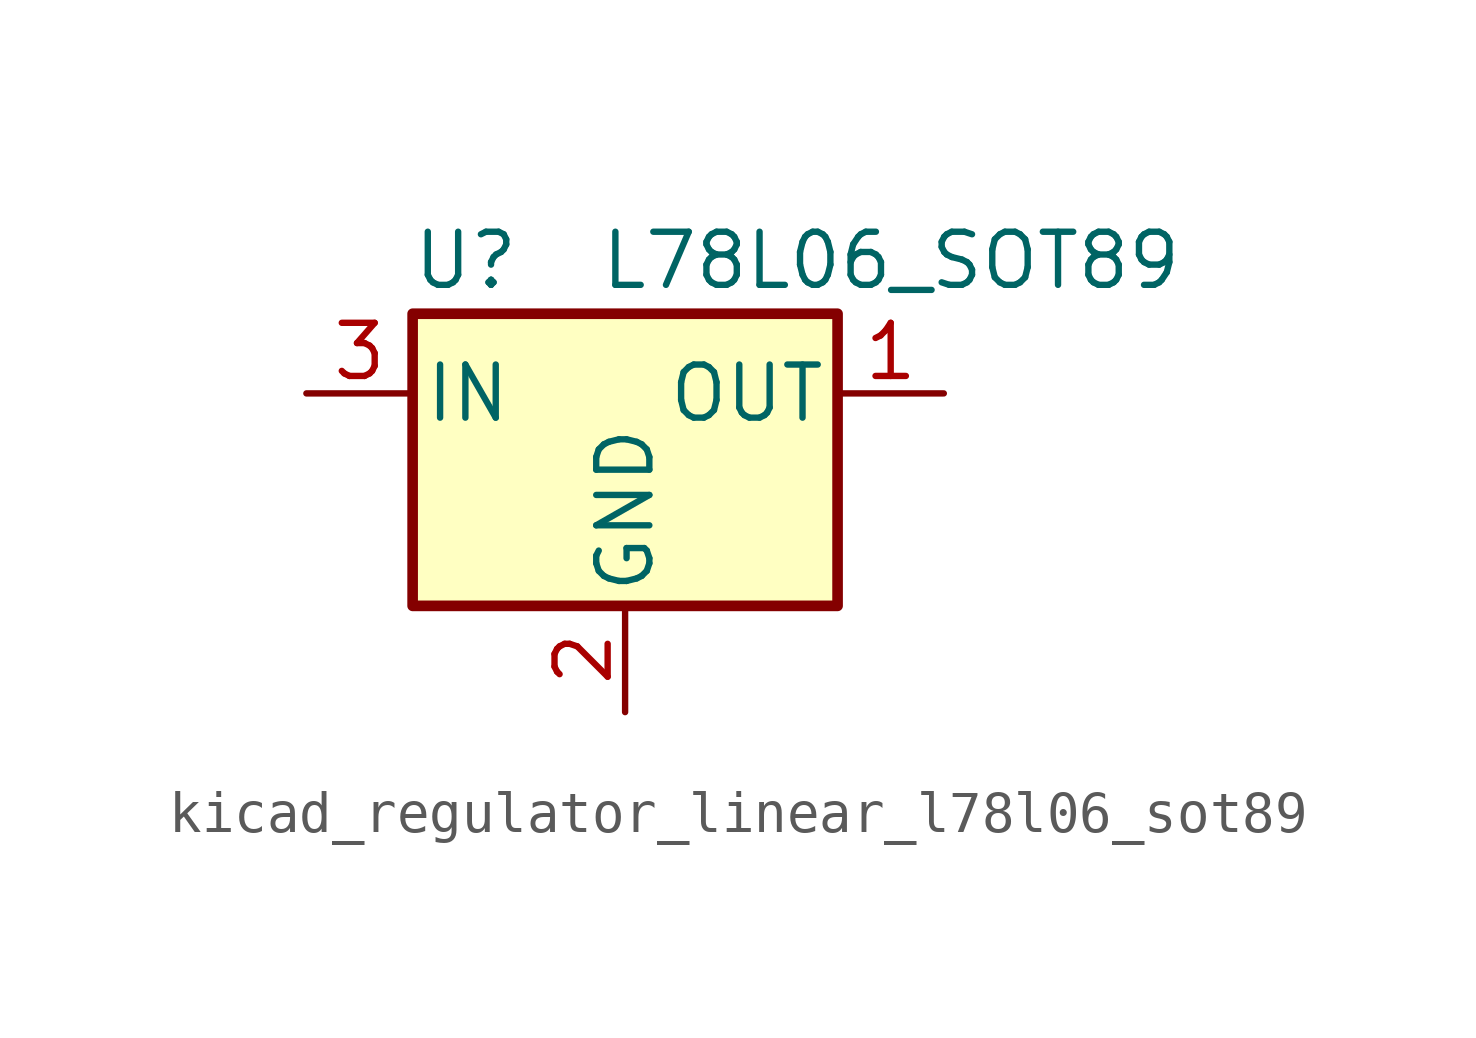
<source format=kicad_sym>
(kicad_symbol_lib
  (version 20220914)
  (generator kicad_symbol_editor)
  (symbol "kicad_regulator_linear_l78l06_sot89"
    (pin_names
      (offset 0.254))
    (property "Reference" "U"
      (at -3.81 3.175 0)
      (effects (font (size 1.27 1.27))))
    (property "Value" "L78L06_SOT89"
      (at -0.635 3.175 0)
      (effects (font (size 1.27 1.27)) (justify left)))
    (symbol "kicad_regulator_linear_l78l06_sot89_0_1"
      (rectangle (start -5.08 1.905) (end 5.08 -5.08) (stroke (width 0.254) (type default)) (fill (type background))))
    (symbol "kicad_regulator_linear_l78l06_sot89_1_1"
      (pin power_out line (at 7.62 0 180) (length 2.54) (name "OUT" (effects (font (size 1.27 1.27)))) (number "1" (effects (font (size 1.27 1.27)))))
      (pin power_in line (at 0 -7.62 90) (length 2.54) (name "GND" (effects (font (size 1.27 1.27)))) (number "2" (effects (font (size 1.27 1.27)))))
      (pin power_in line (at -7.62 0 0) (length 2.54) (name "IN" (effects (font (size 1.27 1.27)))) (number "3" (effects (font (size 1.27 1.27))))))))
</source>
